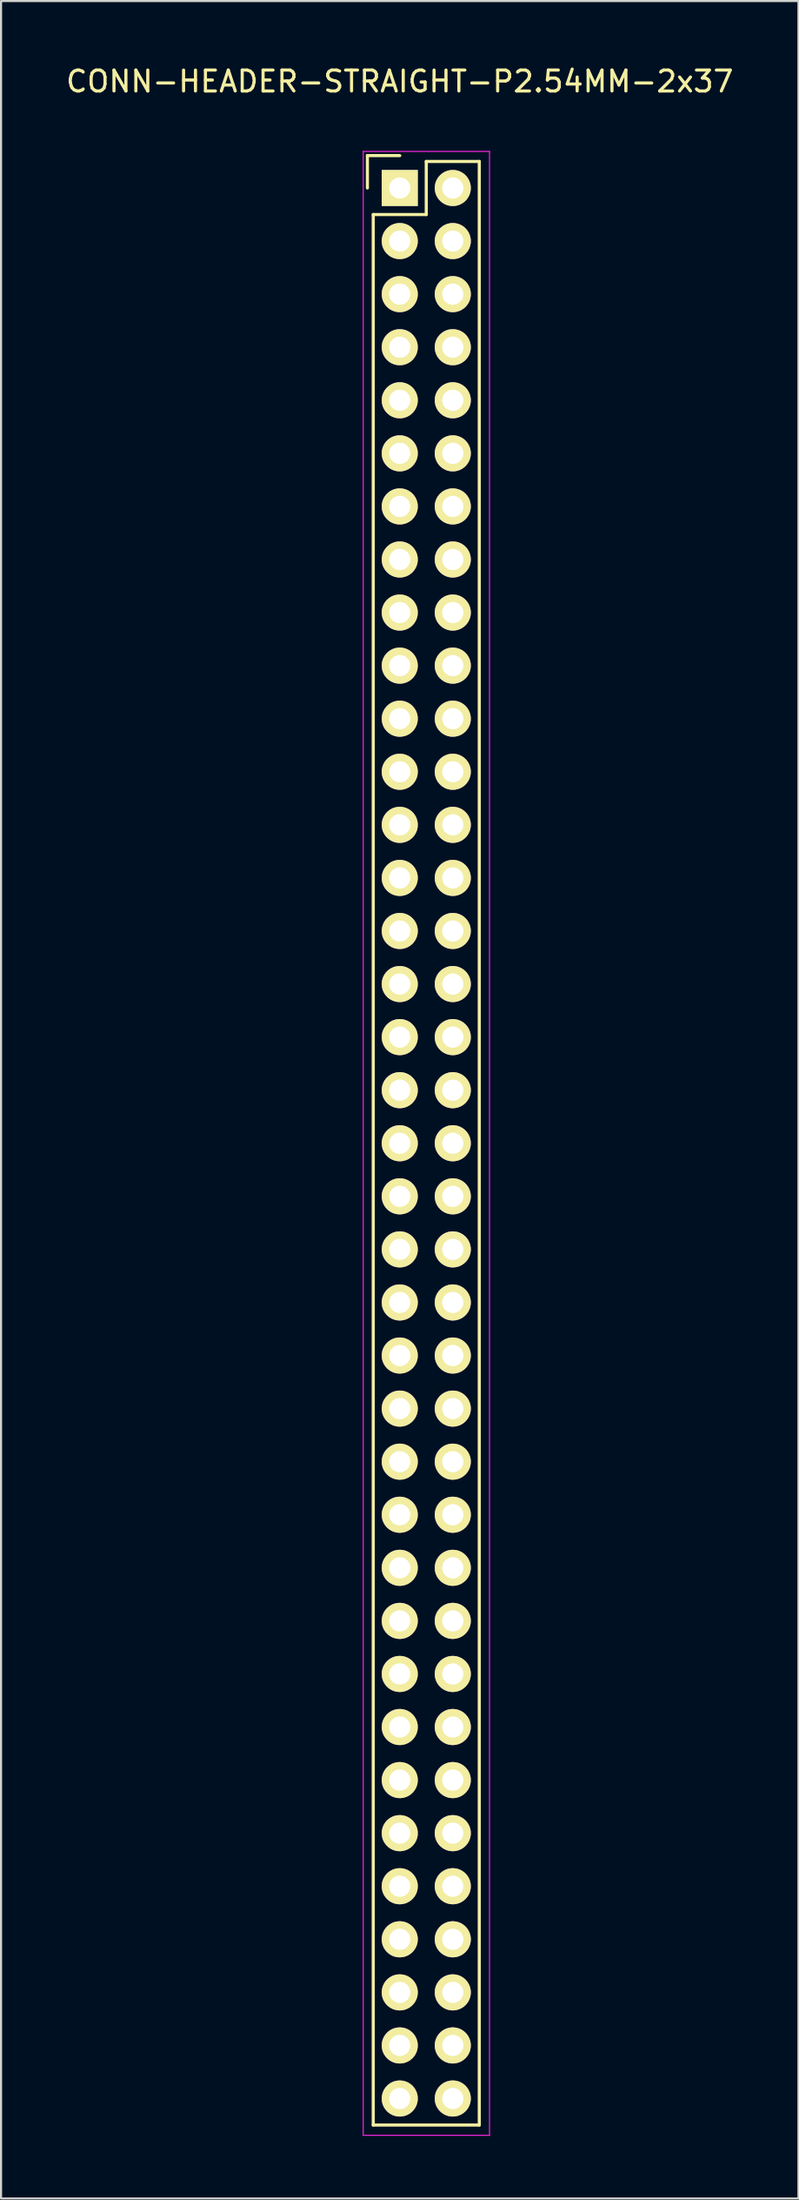
<source format=kicad_pcb>
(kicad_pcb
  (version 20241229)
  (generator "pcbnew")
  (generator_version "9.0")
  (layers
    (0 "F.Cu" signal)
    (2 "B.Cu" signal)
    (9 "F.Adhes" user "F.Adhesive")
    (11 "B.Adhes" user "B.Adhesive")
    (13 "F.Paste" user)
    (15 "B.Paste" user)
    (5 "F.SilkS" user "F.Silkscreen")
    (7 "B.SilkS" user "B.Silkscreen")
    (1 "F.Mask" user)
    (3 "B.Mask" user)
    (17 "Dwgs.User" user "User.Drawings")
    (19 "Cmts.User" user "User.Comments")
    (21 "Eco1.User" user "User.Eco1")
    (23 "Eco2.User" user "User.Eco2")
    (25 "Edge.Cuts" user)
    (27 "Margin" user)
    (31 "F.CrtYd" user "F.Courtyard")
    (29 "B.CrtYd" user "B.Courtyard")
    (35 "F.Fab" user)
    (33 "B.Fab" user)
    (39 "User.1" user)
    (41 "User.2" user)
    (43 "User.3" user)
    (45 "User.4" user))
  (footprint "CONN-HEADER-STRAIGHT-P2.54MM-2x37"
    (layer "F.Cu")
    (at 16.101 5.948)
    (property "Reference" "CONN-HEADER-STRAIGHT-P2.54MM-2x37" (at 0 -5.1 0) (layer "F.SilkS") (effects (font (size 1 1) (thickness 0.15))))
    (attr through_hole)
    (fp_line (start -1.55 -1.55) (end -1.55 0) (stroke (width 0.15) (type solid)) (layer "F.SilkS"))
    (fp_line (start -1.27 92.71) (end -1.27 1.27) (stroke (width 0.15) (type solid)) (layer "F.SilkS"))
    (fp_line (start 0 -1.55) (end -1.55 -1.55) (stroke (width 0.15) (type solid)) (layer "F.SilkS"))
    (fp_line (start 1.27 -1.27) (end 1.27 1.27) (stroke (width 0.15) (type solid)) (layer "F.SilkS"))
    (fp_line (start 1.27 1.27) (end -1.27 1.27) (stroke (width 0.15) (type solid)) (layer "F.SilkS"))
    (fp_line (start 3.81 -1.27) (end 1.27 -1.27) (stroke (width 0.15) (type solid)) (layer "F.SilkS"))
    (fp_line (start 3.81 -1.27) (end 3.81 92.71) (stroke (width 0.15) (type solid)) (layer "F.SilkS"))
    (fp_line (start 3.81 92.71) (end -1.27 92.71) (stroke (width 0.15) (type solid)) (layer "F.SilkS"))
    (fp_line (start -1.75 -1.75) (end -1.75 93.2) (stroke (width 0.05) (type solid)) (layer "F.CrtYd"))
    (fp_line (start -1.75 -1.75) (end 4.3 -1.75) (stroke (width 0.05) (type solid)) (layer "F.CrtYd"))
    (fp_line (start -1.75 93.2) (end 4.3 93.2) (stroke (width 0.05) (type solid)) (layer "F.CrtYd"))
    (fp_line (start 4.3 -1.75) (end 4.3 93.2) (stroke (width 0.05) (type solid)) (layer "F.CrtYd"))
    (pad "1" thru_hole rect (at 0 0) (size 1.727 1.727) (drill 1.016) (layers "*.Cu" "*.Mask" "F.SilkS"))
    (pad "2" thru_hole oval (at 2.54 0) (size 1.727 1.727) (drill 1.016) (layers "*.Cu" "*.Mask" "F.SilkS"))
    (pad "3" thru_hole oval (at 0 2.54) (size 1.727 1.727) (drill 1.016) (layers "*.Cu" "*.Mask" "F.SilkS"))
    (pad "4" thru_hole oval (at 2.54 2.54) (size 1.727 1.727) (drill 1.016) (layers "*.Cu" "*.Mask" "F.SilkS"))
    (pad "5" thru_hole oval (at 0 5.08) (size 1.727 1.727) (drill 1.016) (layers "*.Cu" "*.Mask" "F.SilkS"))
    (pad "6" thru_hole oval (at 2.54 5.08) (size 1.727 1.727) (drill 1.016) (layers "*.Cu" "*.Mask" "F.SilkS"))
    (pad "7" thru_hole oval (at 0 7.62) (size 1.727 1.727) (drill 1.016) (layers "*.Cu" "*.Mask" "F.SilkS"))
    (pad "8" thru_hole oval (at 2.54 7.62) (size 1.727 1.727) (drill 1.016) (layers "*.Cu" "*.Mask" "F.SilkS"))
    (pad "9" thru_hole oval (at 0 10.16) (size 1.727 1.727) (drill 1.016) (layers "*.Cu" "*.Mask" "F.SilkS"))
    (pad "10" thru_hole oval (at 2.54 10.16) (size 1.727 1.727) (drill 1.016) (layers "*.Cu" "*.Mask" "F.SilkS"))
    (pad "11" thru_hole oval (at 0 12.7) (size 1.727 1.727) (drill 1.016) (layers "*.Cu" "*.Mask" "F.SilkS"))
    (pad "12" thru_hole oval (at 2.54 12.7) (size 1.727 1.727) (drill 1.016) (layers "*.Cu" "*.Mask" "F.SilkS"))
    (pad "13" thru_hole oval (at 0 15.24) (size 1.727 1.727) (drill 1.016) (layers "*.Cu" "*.Mask" "F.SilkS"))
    (pad "14" thru_hole oval (at 2.54 15.24) (size 1.727 1.727) (drill 1.016) (layers "*.Cu" "*.Mask" "F.SilkS"))
    (pad "15" thru_hole oval (at 0 17.78) (size 1.727 1.727) (drill 1.016) (layers "*.Cu" "*.Mask" "F.SilkS"))
    (pad "16" thru_hole oval (at 2.54 17.78) (size 1.727 1.727) (drill 1.016) (layers "*.Cu" "*.Mask" "F.SilkS"))
    (pad "17" thru_hole oval (at 0 20.32) (size 1.727 1.727) (drill 1.016) (layers "*.Cu" "*.Mask" "F.SilkS"))
    (pad "18" thru_hole oval (at 2.54 20.32) (size 1.727 1.727) (drill 1.016) (layers "*.Cu" "*.Mask" "F.SilkS"))
    (pad "19" thru_hole oval (at 0 22.86) (size 1.727 1.727) (drill 1.016) (layers "*.Cu" "*.Mask" "F.SilkS"))
    (pad "20" thru_hole oval (at 2.54 22.86) (size 1.727 1.727) (drill 1.016) (layers "*.Cu" "*.Mask" "F.SilkS"))
    (pad "21" thru_hole oval (at 0 25.4) (size 1.727 1.727) (drill 1.016) (layers "*.Cu" "*.Mask" "F.SilkS"))
    (pad "22" thru_hole oval (at 2.54 25.4) (size 1.727 1.727) (drill 1.016) (layers "*.Cu" "*.Mask" "F.SilkS"))
    (pad "23" thru_hole oval (at 0 27.94) (size 1.727 1.727) (drill 1.016) (layers "*.Cu" "*.Mask" "F.SilkS"))
    (pad "24" thru_hole oval (at 2.54 27.94) (size 1.727 1.727) (drill 1.016) (layers "*.Cu" "*.Mask" "F.SilkS"))
    (pad "25" thru_hole oval (at 0 30.48) (size 1.727 1.727) (drill 1.016) (layers "*.Cu" "*.Mask" "F.SilkS"))
    (pad "26" thru_hole oval (at 2.54 30.48) (size 1.727 1.727) (drill 1.016) (layers "*.Cu" "*.Mask" "F.SilkS"))
    (pad "27" thru_hole oval (at 0 33.02) (size 1.727 1.727) (drill 1.016) (layers "*.Cu" "*.Mask" "F.SilkS"))
    (pad "28" thru_hole oval (at 2.54 33.02) (size 1.727 1.727) (drill 1.016) (layers "*.Cu" "*.Mask" "F.SilkS"))
    (pad "29" thru_hole oval (at 0 35.56) (size 1.727 1.727) (drill 1.016) (layers "*.Cu" "*.Mask" "F.SilkS"))
    (pad "30" thru_hole oval (at 2.54 35.56) (size 1.727 1.727) (drill 1.016) (layers "*.Cu" "*.Mask" "F.SilkS"))
    (pad "31" thru_hole oval (at 0 38.1) (size 1.727 1.727) (drill 1.016) (layers "*.Cu" "*.Mask" "F.SilkS"))
    (pad "32" thru_hole oval (at 2.54 38.1) (size 1.727 1.727) (drill 1.016) (layers "*.Cu" "*.Mask" "F.SilkS"))
    (pad "33" thru_hole oval (at 0 40.64) (size 1.727 1.727) (drill 1.016) (layers "*.Cu" "*.Mask" "F.SilkS"))
    (pad "34" thru_hole oval (at 2.54 40.64) (size 1.727 1.727) (drill 1.016) (layers "*.Cu" "*.Mask" "F.SilkS"))
    (pad "35" thru_hole oval (at 0 43.18) (size 1.727 1.727) (drill 1.016) (layers "*.Cu" "*.Mask" "F.SilkS"))
    (pad "36" thru_hole oval (at 2.54 43.18) (size 1.727 1.727) (drill 1.016) (layers "*.Cu" "*.Mask" "F.SilkS"))
    (pad "37" thru_hole oval (at 0 45.72) (size 1.727 1.727) (drill 1.016) (layers "*.Cu" "*.Mask" "F.SilkS"))
    (pad "38" thru_hole oval (at 2.54 45.72) (size 1.727 1.727) (drill 1.016) (layers "*.Cu" "*.Mask" "F.SilkS"))
    (pad "39" thru_hole oval (at 0 48.26) (size 1.727 1.727) (drill 1.016) (layers "*.Cu" "*.Mask" "F.SilkS"))
    (pad "40" thru_hole oval (at 2.54 48.26) (size 1.727 1.727) (drill 1.016) (layers "*.Cu" "*.Mask" "F.SilkS"))
    (pad "41" thru_hole oval (at 0 50.8) (size 1.727 1.727) (drill 1.016) (layers "*.Cu" "*.Mask" "F.SilkS"))
    (pad "42" thru_hole oval (at 2.54 50.8) (size 1.727 1.727) (drill 1.016) (layers "*.Cu" "*.Mask" "F.SilkS"))
    (pad "43" thru_hole oval (at 0 53.34) (size 1.727 1.727) (drill 1.016) (layers "*.Cu" "*.Mask" "F.SilkS"))
    (pad "44" thru_hole oval (at 2.54 53.34) (size 1.727 1.727) (drill 1.016) (layers "*.Cu" "*.Mask" "F.SilkS"))
    (pad "45" thru_hole oval (at 0 55.88) (size 1.727 1.727) (drill 1.016) (layers "*.Cu" "*.Mask" "F.SilkS"))
    (pad "46" thru_hole oval (at 2.54 55.88) (size 1.727 1.727) (drill 1.016) (layers "*.Cu" "*.Mask" "F.SilkS"))
    (pad "47" thru_hole oval (at 0 58.42) (size 1.727 1.727) (drill 1.016) (layers "*.Cu" "*.Mask" "F.SilkS"))
    (pad "48" thru_hole oval (at 2.54 58.42) (size 1.727 1.727) (drill 1.016) (layers "*.Cu" "*.Mask" "F.SilkS"))
    (pad "49" thru_hole oval (at 0 60.96) (size 1.727 1.727) (drill 1.016) (layers "*.Cu" "*.Mask" "F.SilkS"))
    (pad "50" thru_hole oval (at 2.54 60.96) (size 1.727 1.727) (drill 1.016) (layers "*.Cu" "*.Mask" "F.SilkS"))
    (pad "51" thru_hole oval (at 0 63.5) (size 1.727 1.727) (drill 1.016) (layers "*.Cu" "*.Mask" "F.SilkS"))
    (pad "52" thru_hole oval (at 2.54 63.5) (size 1.727 1.727) (drill 1.016) (layers "*.Cu" "*.Mask" "F.SilkS"))
    (pad "53" thru_hole oval (at 0 66.04) (size 1.727 1.727) (drill 1.016) (layers "*.Cu" "*.Mask" "F.SilkS"))
    (pad "54" thru_hole oval (at 2.54 66.04) (size 1.727 1.727) (drill 1.016) (layers "*.Cu" "*.Mask" "F.SilkS"))
    (pad "55" thru_hole oval (at 0 68.58) (size 1.727 1.727) (drill 1.016) (layers "*.Cu" "*.Mask" "F.SilkS"))
    (pad "56" thru_hole oval (at 2.54 68.58) (size 1.727 1.727) (drill 1.016) (layers "*.Cu" "*.Mask" "F.SilkS"))
    (pad "57" thru_hole oval (at 0 71.12) (size 1.727 1.727) (drill 1.016) (layers "*.Cu" "*.Mask" "F.SilkS"))
    (pad "58" thru_hole oval (at 2.54 71.12) (size 1.727 1.727) (drill 1.016) (layers "*.Cu" "*.Mask" "F.SilkS"))
    (pad "59" thru_hole oval (at 0 73.66) (size 1.727 1.727) (drill 1.016) (layers "*.Cu" "*.Mask" "F.SilkS"))
    (pad "60" thru_hole oval (at 2.54 73.66) (size 1.727 1.727) (drill 1.016) (layers "*.Cu" "*.Mask" "F.SilkS"))
    (pad "61" thru_hole oval (at 0 76.2) (size 1.727 1.727) (drill 1.016) (layers "*.Cu" "*.Mask" "F.SilkS"))
    (pad "62" thru_hole oval (at 2.54 76.2) (size 1.727 1.727) (drill 1.016) (layers "*.Cu" "*.Mask" "F.SilkS"))
    (pad "63" thru_hole oval (at 0 78.74) (size 1.727 1.727) (drill 1.016) (layers "*.Cu" "*.Mask" "F.SilkS"))
    (pad "64" thru_hole oval (at 2.54 78.74) (size 1.727 1.727) (drill 1.016) (layers "*.Cu" "*.Mask" "F.SilkS"))
    (pad "65" thru_hole oval (at 0 81.28) (size 1.727 1.727) (drill 1.016) (layers "*.Cu" "*.Mask" "F.SilkS"))
    (pad "66" thru_hole oval (at 2.54 81.28) (size 1.727 1.727) (drill 1.016) (layers "*.Cu" "*.Mask" "F.SilkS"))
    (pad "67" thru_hole oval (at 0 83.82) (size 1.727 1.727) (drill 1.016) (layers "*.Cu" "*.Mask" "F.SilkS"))
    (pad "68" thru_hole oval (at 2.54 83.82) (size 1.727 1.727) (drill 1.016) (layers "*.Cu" "*.Mask" "F.SilkS"))
    (pad "69" thru_hole oval (at 0 86.36) (size 1.727 1.727) (drill 1.016) (layers "*.Cu" "*.Mask" "F.SilkS"))
    (pad "70" thru_hole oval (at 2.54 86.36) (size 1.727 1.727) (drill 1.016) (layers "*.Cu" "*.Mask" "F.SilkS"))
    (pad "71" thru_hole oval (at 0 88.9) (size 1.727 1.727) (drill 1.016) (layers "*.Cu" "*.Mask" "F.SilkS"))
    (pad "72" thru_hole oval (at 2.54 88.9) (size 1.727 1.727) (drill 1.016) (layers "*.Cu" "*.Mask" "F.SilkS"))
    (pad "73" thru_hole oval (at 0 91.44) (size 1.727 1.727) (drill 1.016) (layers "*.Cu" "*.Mask" "F.SilkS"))
    (pad "74" thru_hole oval (at 2.54 91.44) (size 1.727 1.727) (drill 1.016) (layers "*.Cu" "*.Mask" "F.SilkS")))
  (gr_rect
    (start -3 -3)
    (end 35.202 102.173)
    (stroke (width 0.1) (type default))
    (fill no)
    (layer "Edge.Cuts")))
</source>
